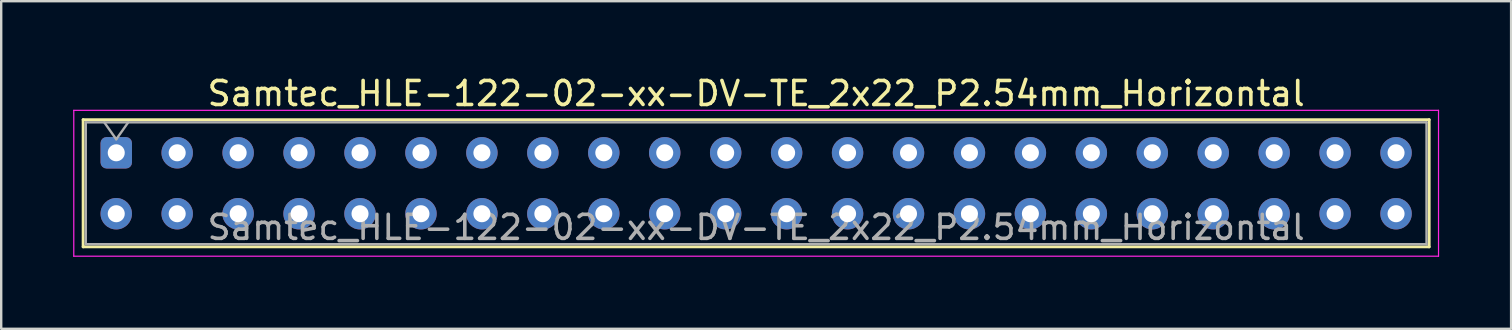
<source format=kicad_pcb>
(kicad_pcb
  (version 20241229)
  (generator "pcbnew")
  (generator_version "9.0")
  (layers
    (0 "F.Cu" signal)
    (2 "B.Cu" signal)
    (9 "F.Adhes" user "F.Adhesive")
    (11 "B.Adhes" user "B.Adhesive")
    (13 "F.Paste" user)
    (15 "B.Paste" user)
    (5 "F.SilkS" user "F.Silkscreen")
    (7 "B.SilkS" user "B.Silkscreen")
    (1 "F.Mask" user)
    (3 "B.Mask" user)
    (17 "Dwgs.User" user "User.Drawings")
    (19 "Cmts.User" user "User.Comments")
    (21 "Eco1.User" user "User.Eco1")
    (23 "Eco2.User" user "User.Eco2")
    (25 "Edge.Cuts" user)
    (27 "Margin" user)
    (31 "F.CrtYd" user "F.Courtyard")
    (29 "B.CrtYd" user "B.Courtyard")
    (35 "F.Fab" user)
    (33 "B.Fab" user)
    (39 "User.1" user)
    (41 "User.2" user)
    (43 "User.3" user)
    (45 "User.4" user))
  (footprint "Samtec_HLE-122-02-xx-DV-TE_2x22_P2.54mm_Horizontal"
    (layer "F.Cu")
    (at 1.795 3.318)
    (property "Reference" "Samtec_HLE-122-02-xx-DV-TE_2x22_P2.54mm_Horizontal" (at 26.67 -2.47 0) (layer "F.SilkS") (effects (font (size 1 1) (thickness 0.15))))
    (attr through_hole)
    (fp_line (start -1.38 -1.38) (end 54.72 -1.38) (stroke (width 0.12) (type solid)) (layer "F.SilkS"))
    (fp_line (start -1.38 3.92) (end -1.38 -1.38) (stroke (width 0.12) (type solid)) (layer "F.SilkS"))
    (fp_line (start 54.72 -1.38) (end 54.72 3.92) (stroke (width 0.12) (type solid)) (layer "F.SilkS"))
    (fp_line (start 54.72 3.92) (end -1.38 3.92) (stroke (width 0.12) (type solid)) (layer "F.SilkS"))
    (fp_line (start -1.77 -1.77) (end 55.11 -1.77) (stroke (width 0.05) (type solid)) (layer "F.CrtYd"))
    (fp_line (start -1.77 4.31) (end -1.77 -1.77) (stroke (width 0.05) (type solid)) (layer "F.CrtYd"))
    (fp_line (start 55.11 -1.77) (end 55.11 4.31) (stroke (width 0.05) (type solid)) (layer "F.CrtYd"))
    (fp_line (start 55.11 4.31) (end -1.77 4.31) (stroke (width 0.05) (type solid)) (layer "F.CrtYd"))
    (fp_line (start -1.27 -1.27) (end 54.61 -1.27) (stroke (width 0.1) (type solid)) (layer "F.Fab"))
    (fp_line (start -1.27 3.81) (end -1.27 -1.27) (stroke (width 0.1) (type solid)) (layer "F.Fab"))
    (fp_line (start -0.5 -1.27) (end 0 -0.563) (stroke (width 0.1) (type solid)) (layer "F.Fab"))
    (fp_line (start 0 -0.563) (end 0.5 -1.27) (stroke (width 0.1) (type solid)) (layer "F.Fab"))
    (fp_line (start 54.61 -1.27) (end 54.61 3.81) (stroke (width 0.1) (type solid)) (layer "F.Fab"))
    (fp_line (start 54.61 3.81) (end -1.27 3.81) (stroke (width 0.1) (type solid)) (layer "F.Fab"))
    (fp_text user "${REFERENCE}" (at 26.67 3.11 0) (layer "F.Fab") (effects (font (size 1 1) (thickness 0.15))))
    (pad "1" thru_hole roundrect (at 0 0) (size 1.31 1.31) (drill 0.71) (layers "*.Cu" "*.Mask") (roundrect_rratio 0.191))
    (pad "2" thru_hole circle (at 0 2.54) (size 1.31 1.31) (drill 0.71) (layers "*.Cu" "*.Mask"))
    (pad "3" thru_hole circle (at 2.54 0) (size 1.31 1.31) (drill 0.71) (layers "*.Cu" "*.Mask"))
    (pad "4" thru_hole circle (at 2.54 2.54) (size 1.31 1.31) (drill 0.71) (layers "*.Cu" "*.Mask"))
    (pad "5" thru_hole circle (at 5.08 0) (size 1.31 1.31) (drill 0.71) (layers "*.Cu" "*.Mask"))
    (pad "6" thru_hole circle (at 5.08 2.54) (size 1.31 1.31) (drill 0.71) (layers "*.Cu" "*.Mask"))
    (pad "7" thru_hole circle (at 7.62 0) (size 1.31 1.31) (drill 0.71) (layers "*.Cu" "*.Mask"))
    (pad "8" thru_hole circle (at 7.62 2.54) (size 1.31 1.31) (drill 0.71) (layers "*.Cu" "*.Mask"))
    (pad "9" thru_hole circle (at 10.16 0) (size 1.31 1.31) (drill 0.71) (layers "*.Cu" "*.Mask"))
    (pad "10" thru_hole circle (at 10.16 2.54) (size 1.31 1.31) (drill 0.71) (layers "*.Cu" "*.Mask"))
    (pad "11" thru_hole circle (at 12.7 0) (size 1.31 1.31) (drill 0.71) (layers "*.Cu" "*.Mask"))
    (pad "12" thru_hole circle (at 12.7 2.54) (size 1.31 1.31) (drill 0.71) (layers "*.Cu" "*.Mask"))
    (pad "13" thru_hole circle (at 15.24 0) (size 1.31 1.31) (drill 0.71) (layers "*.Cu" "*.Mask"))
    (pad "14" thru_hole circle (at 15.24 2.54) (size 1.31 1.31) (drill 0.71) (layers "*.Cu" "*.Mask"))
    (pad "15" thru_hole circle (at 17.78 0) (size 1.31 1.31) (drill 0.71) (layers "*.Cu" "*.Mask"))
    (pad "16" thru_hole circle (at 17.78 2.54) (size 1.31 1.31) (drill 0.71) (layers "*.Cu" "*.Mask"))
    (pad "17" thru_hole circle (at 20.32 0) (size 1.31 1.31) (drill 0.71) (layers "*.Cu" "*.Mask"))
    (pad "18" thru_hole circle (at 20.32 2.54) (size 1.31 1.31) (drill 0.71) (layers "*.Cu" "*.Mask"))
    (pad "19" thru_hole circle (at 22.86 0) (size 1.31 1.31) (drill 0.71) (layers "*.Cu" "*.Mask"))
    (pad "20" thru_hole circle (at 22.86 2.54) (size 1.31 1.31) (drill 0.71) (layers "*.Cu" "*.Mask"))
    (pad "21" thru_hole circle (at 25.4 0) (size 1.31 1.31) (drill 0.71) (layers "*.Cu" "*.Mask"))
    (pad "22" thru_hole circle (at 25.4 2.54) (size 1.31 1.31) (drill 0.71) (layers "*.Cu" "*.Mask"))
    (pad "23" thru_hole circle (at 27.94 0) (size 1.31 1.31) (drill 0.71) (layers "*.Cu" "*.Mask"))
    (pad "24" thru_hole circle (at 27.94 2.54) (size 1.31 1.31) (drill 0.71) (layers "*.Cu" "*.Mask"))
    (pad "25" thru_hole circle (at 30.48 0) (size 1.31 1.31) (drill 0.71) (layers "*.Cu" "*.Mask"))
    (pad "26" thru_hole circle (at 30.48 2.54) (size 1.31 1.31) (drill 0.71) (layers "*.Cu" "*.Mask"))
    (pad "27" thru_hole circle (at 33.02 0) (size 1.31 1.31) (drill 0.71) (layers "*.Cu" "*.Mask"))
    (pad "28" thru_hole circle (at 33.02 2.54) (size 1.31 1.31) (drill 0.71) (layers "*.Cu" "*.Mask"))
    (pad "29" thru_hole circle (at 35.56 0) (size 1.31 1.31) (drill 0.71) (layers "*.Cu" "*.Mask"))
    (pad "30" thru_hole circle (at 35.56 2.54) (size 1.31 1.31) (drill 0.71) (layers "*.Cu" "*.Mask"))
    (pad "31" thru_hole circle (at 38.1 0) (size 1.31 1.31) (drill 0.71) (layers "*.Cu" "*.Mask"))
    (pad "32" thru_hole circle (at 38.1 2.54) (size 1.31 1.31) (drill 0.71) (layers "*.Cu" "*.Mask"))
    (pad "33" thru_hole circle (at 40.64 0) (size 1.31 1.31) (drill 0.71) (layers "*.Cu" "*.Mask"))
    (pad "34" thru_hole circle (at 40.64 2.54) (size 1.31 1.31) (drill 0.71) (layers "*.Cu" "*.Mask"))
    (pad "35" thru_hole circle (at 43.18 0) (size 1.31 1.31) (drill 0.71) (layers "*.Cu" "*.Mask"))
    (pad "36" thru_hole circle (at 43.18 2.54) (size 1.31 1.31) (drill 0.71) (layers "*.Cu" "*.Mask"))
    (pad "37" thru_hole circle (at 45.72 0) (size 1.31 1.31) (drill 0.71) (layers "*.Cu" "*.Mask"))
    (pad "38" thru_hole circle (at 45.72 2.54) (size 1.31 1.31) (drill 0.71) (layers "*.Cu" "*.Mask"))
    (pad "39" thru_hole circle (at 48.26 0) (size 1.31 1.31) (drill 0.71) (layers "*.Cu" "*.Mask"))
    (pad "40" thru_hole circle (at 48.26 2.54) (size 1.31 1.31) (drill 0.71) (layers "*.Cu" "*.Mask"))
    (pad "41" thru_hole circle (at 50.8 0) (size 1.31 1.31) (drill 0.71) (layers "*.Cu" "*.Mask"))
    (pad "42" thru_hole circle (at 50.8 2.54) (size 1.31 1.31) (drill 0.71) (layers "*.Cu" "*.Mask"))
    (pad "43" thru_hole circle (at 53.34 0) (size 1.31 1.31) (drill 0.71) (layers "*.Cu" "*.Mask"))
    (pad "44" thru_hole circle (at 53.34 2.54) (size 1.31 1.31) (drill 0.71) (layers "*.Cu" "*.Mask")))
  (gr_rect
    (start -3 -3)
    (end 59.93 10.653)
    (stroke (width 0.1) (type default))
    (fill no)
    (layer "Edge.Cuts")))
</source>
